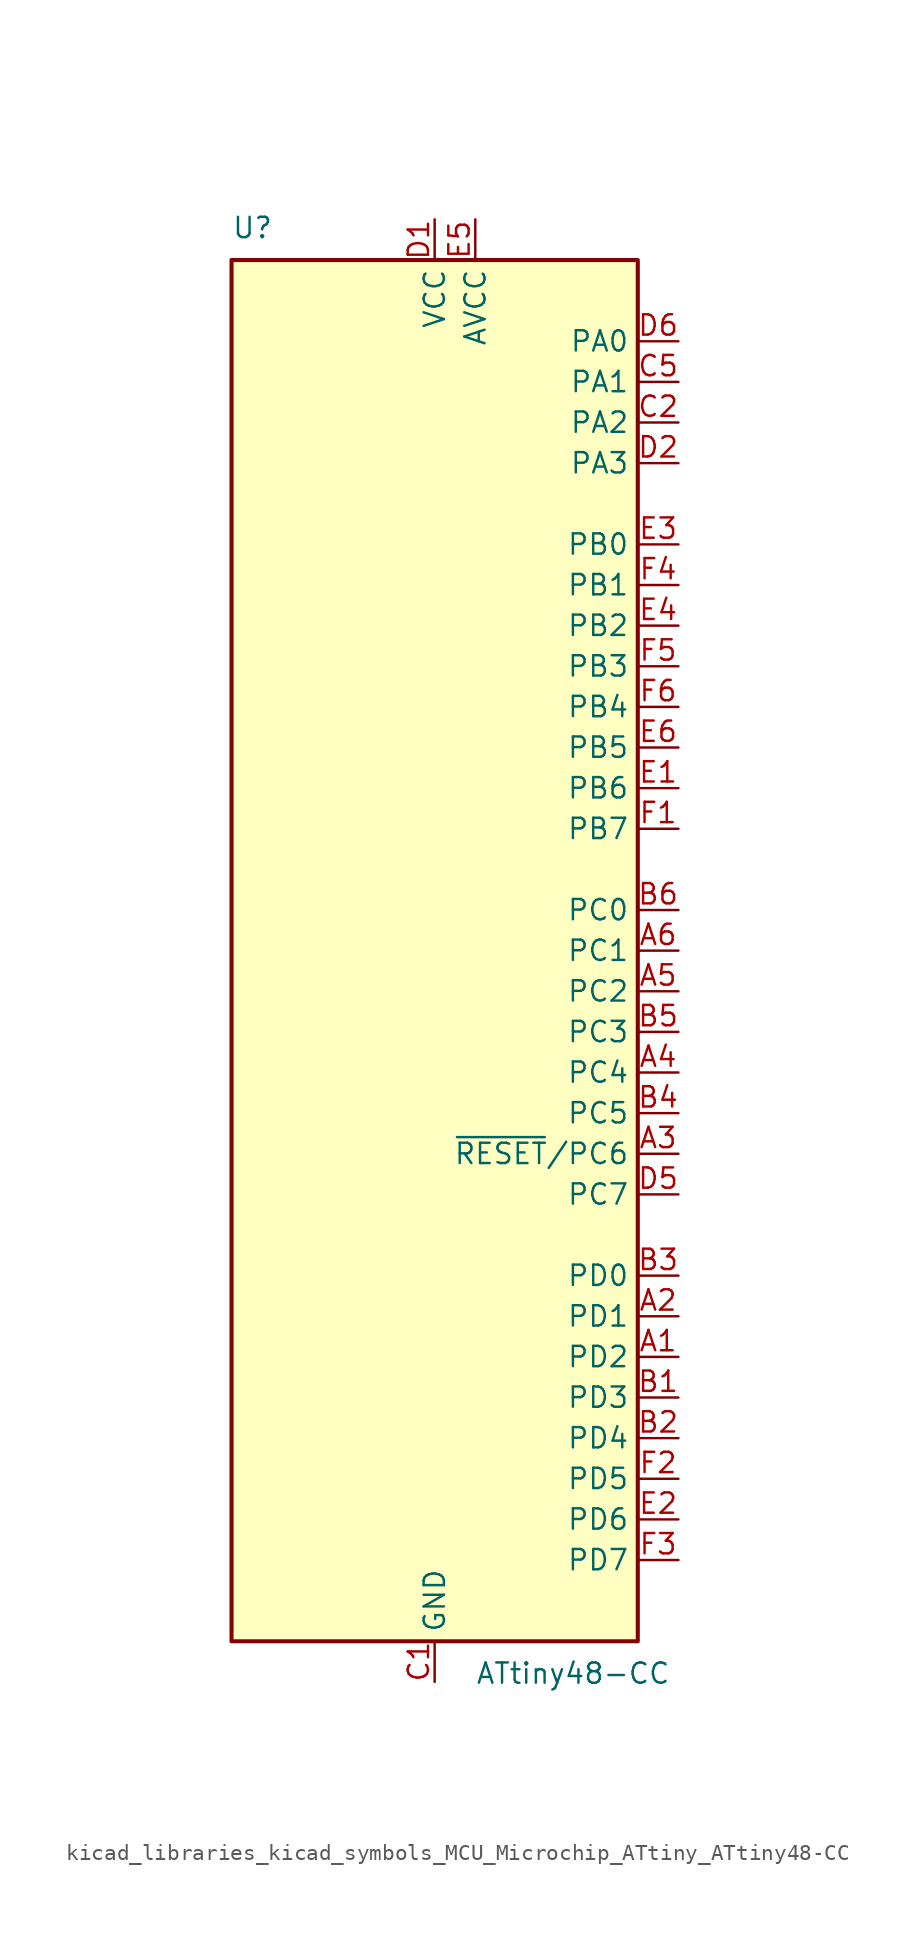
<source format=kicad_sym>
(kicad_symbol_lib
  (version 20220914)
  (generator kicad_symbol_editor)
  (symbol "kicad_libraries_kicad_symbols_MCU_Microchip_ATtiny_ATtiny48-CC"
    (property "Reference" "U"
      (at -12.7 44.45 0)
      (effects (font (size 1.27 1.27)) (justify left bottom)))
    (property "Value" "ATtiny48-CC"
      (at 2.54 -44.45 0)
      (effects (font (size 1.27 1.27)) (justify left top)))
    (symbol "kicad_libraries_kicad_symbols_MCU_Microchip_ATtiny_ATtiny48-CC_0_1"
      (rectangle (start -12.7 -43.18) (end 12.7 43.18) (stroke (width 0.254) (type default)) (fill (type background))))
    (symbol "kicad_libraries_kicad_symbols_MCU_Microchip_ATtiny_ATtiny48-CC_1_1"
      (pin bidirectional line (at 15.24 -25.4 180) (length 2.54) (name "PD2" (effects (font (size 1.27 1.27)))) (number "A1" (effects (font (size 1.27 1.27)))))
      (pin bidirectional line (at 15.24 -22.86 180) (length 2.54) (name "PD1" (effects (font (size 1.27 1.27)))) (number "A2" (effects (font (size 1.27 1.27)))))
      (pin bidirectional line (at 15.24 -12.7 180) (length 2.54) (name "~{RESET}/PC6" (effects (font (size 1.27 1.27)))) (number "A3" (effects (font (size 1.27 1.27)))))
      (pin bidirectional line (at 15.24 -7.62 180) (length 2.54) (name "PC4" (effects (font (size 1.27 1.27)))) (number "A4" (effects (font (size 1.27 1.27)))))
      (pin bidirectional line (at 15.24 -2.54 180) (length 2.54) (name "PC2" (effects (font (size 1.27 1.27)))) (number "A5" (effects (font (size 1.27 1.27)))))
      (pin bidirectional line (at 15.24 0 180) (length 2.54) (name "PC1" (effects (font (size 1.27 1.27)))) (number "A6" (effects (font (size 1.27 1.27)))))
      (pin bidirectional line (at 15.24 -27.94 180) (length 2.54) (name "PD3" (effects (font (size 1.27 1.27)))) (number "B1" (effects (font (size 1.27 1.27)))))
      (pin bidirectional line (at 15.24 -30.48 180) (length 2.54) (name "PD4" (effects (font (size 1.27 1.27)))) (number "B2" (effects (font (size 1.27 1.27)))))
      (pin bidirectional line (at 15.24 -20.32 180) (length 2.54) (name "PD0" (effects (font (size 1.27 1.27)))) (number "B3" (effects (font (size 1.27 1.27)))))
      (pin bidirectional line (at 15.24 -10.16 180) (length 2.54) (name "PC5" (effects (font (size 1.27 1.27)))) (number "B4" (effects (font (size 1.27 1.27)))))
      (pin bidirectional line (at 15.24 -5.08 180) (length 2.54) (name "PC3" (effects (font (size 1.27 1.27)))) (number "B5" (effects (font (size 1.27 1.27)))))
      (pin bidirectional line (at 15.24 2.54 180) (length 2.54) (name "PC0" (effects (font (size 1.27 1.27)))) (number "B6" (effects (font (size 1.27 1.27)))))
      (pin power_in line (at 0 -45.72 90) (length 2.54) (name "GND" (effects (font (size 1.27 1.27)))) (number "C1" (effects (font (size 1.27 1.27)))))
      (pin bidirectional line (at 15.24 33.02 180) (length 2.54) (name "PA2" (effects (font (size 1.27 1.27)))) (number "C2" (effects (font (size 1.27 1.27)))))
      (pin bidirectional line (at 15.24 35.56 180) (length 2.54) (name "PA1" (effects (font (size 1.27 1.27)))) (number "C5" (effects (font (size 1.27 1.27)))))
      (pin passive line (at 0 -45.72 90) (length 2.54) hide (name "GND" (effects (font (size 1.27 1.27)))) (number "C6" (effects (font (size 1.27 1.27)))))
      (pin power_in line (at 0 45.72 270) (length 2.54) (name "VCC" (effects (font (size 1.27 1.27)))) (number "D1" (effects (font (size 1.27 1.27)))))
      (pin bidirectional line (at 15.24 30.48 180) (length 2.54) (name "PA3" (effects (font (size 1.27 1.27)))) (number "D2" (effects (font (size 1.27 1.27)))))
      (pin bidirectional line (at 15.24 -15.24 180) (length 2.54) (name "PC7" (effects (font (size 1.27 1.27)))) (number "D5" (effects (font (size 1.27 1.27)))))
      (pin bidirectional line (at 15.24 38.1 180) (length 2.54) (name "PA0" (effects (font (size 1.27 1.27)))) (number "D6" (effects (font (size 1.27 1.27)))))
      (pin bidirectional line (at 15.24 10.16 180) (length 2.54) (name "PB6" (effects (font (size 1.27 1.27)))) (number "E1" (effects (font (size 1.27 1.27)))))
      (pin bidirectional line (at 15.24 -35.56 180) (length 2.54) (name "PD6" (effects (font (size 1.27 1.27)))) (number "E2" (effects (font (size 1.27 1.27)))))
      (pin bidirectional line (at 15.24 25.4 180) (length 2.54) (name "PB0" (effects (font (size 1.27 1.27)))) (number "E3" (effects (font (size 1.27 1.27)))))
      (pin bidirectional line (at 15.24 20.32 180) (length 2.54) (name "PB2" (effects (font (size 1.27 1.27)))) (number "E4" (effects (font (size 1.27 1.27)))))
      (pin power_in line (at 2.54 45.72 270) (length 2.54) (name "AVCC" (effects (font (size 1.27 1.27)))) (number "E5" (effects (font (size 1.27 1.27)))))
      (pin bidirectional line (at 15.24 12.7 180) (length 2.54) (name "PB5" (effects (font (size 1.27 1.27)))) (number "E6" (effects (font (size 1.27 1.27)))))
      (pin bidirectional line (at 15.24 7.62 180) (length 2.54) (name "PB7" (effects (font (size 1.27 1.27)))) (number "F1" (effects (font (size 1.27 1.27)))))
      (pin bidirectional line (at 15.24 -33.02 180) (length 2.54) (name "PD5" (effects (font (size 1.27 1.27)))) (number "F2" (effects (font (size 1.27 1.27)))))
      (pin bidirectional line (at 15.24 -38.1 180) (length 2.54) (name "PD7" (effects (font (size 1.27 1.27)))) (number "F3" (effects (font (size 1.27 1.27)))))
      (pin bidirectional line (at 15.24 22.86 180) (length 2.54) (name "PB1" (effects (font (size 1.27 1.27)))) (number "F4" (effects (font (size 1.27 1.27)))))
      (pin bidirectional line (at 15.24 17.78 180) (length 2.54) (name "PB3" (effects (font (size 1.27 1.27)))) (number "F5" (effects (font (size 1.27 1.27)))))
      (pin bidirectional line (at 15.24 15.24 180) (length 2.54) (name "PB4" (effects (font (size 1.27 1.27)))) (number "F6" (effects (font (size 1.27 1.27))))))))
</source>
